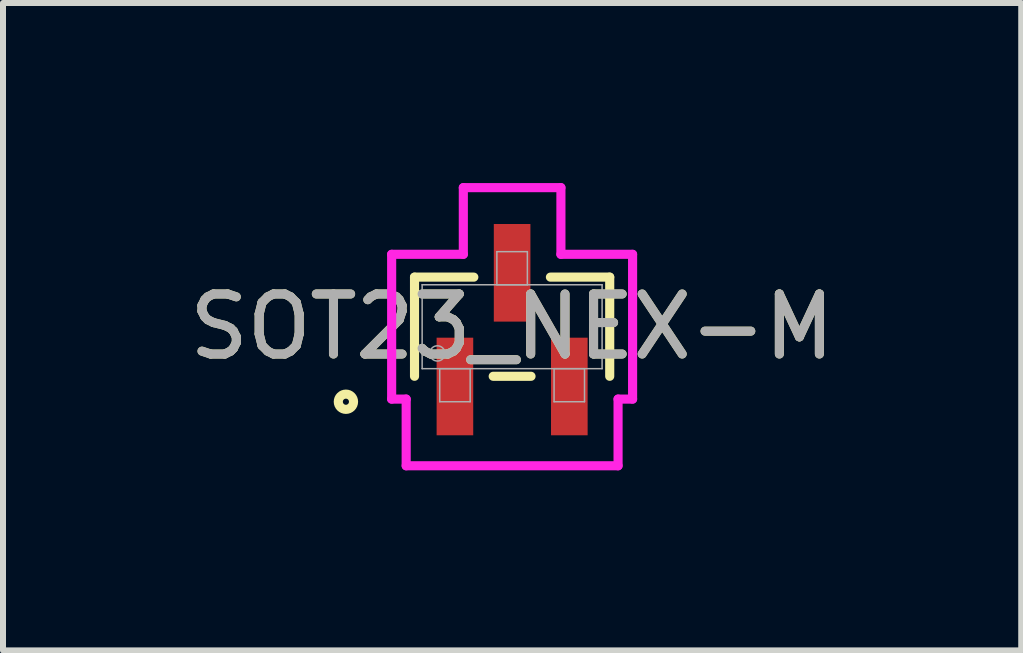
<source format=kicad_pcb>
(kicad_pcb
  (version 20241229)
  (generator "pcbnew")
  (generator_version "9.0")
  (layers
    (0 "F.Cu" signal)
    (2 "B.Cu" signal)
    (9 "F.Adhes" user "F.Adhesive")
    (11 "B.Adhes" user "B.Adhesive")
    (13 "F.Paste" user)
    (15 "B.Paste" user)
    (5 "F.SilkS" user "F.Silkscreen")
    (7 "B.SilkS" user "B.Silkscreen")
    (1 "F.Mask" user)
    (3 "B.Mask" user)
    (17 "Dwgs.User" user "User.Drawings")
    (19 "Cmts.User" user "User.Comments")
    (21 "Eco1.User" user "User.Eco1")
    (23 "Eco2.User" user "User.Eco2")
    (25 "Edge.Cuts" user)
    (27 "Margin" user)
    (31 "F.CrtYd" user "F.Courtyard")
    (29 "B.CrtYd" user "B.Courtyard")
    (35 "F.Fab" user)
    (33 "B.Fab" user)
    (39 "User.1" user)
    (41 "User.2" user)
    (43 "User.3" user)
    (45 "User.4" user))
  (footprint "SOT23_NEX-M"
    (layer "F.Cu")
    (at 5.482 2.393)
    (property "Reference" "SOT23_NEX-M" (at 0 0 0) (unlocked yes) (layer "F.SilkS") (effects (font (size 1 1) (thickness 0.15))))
    (attr smd)
    (fp_line (start -1.626 -0.826) (end -1.626 0.826) (stroke (width 0.152) (type solid)) (layer "F.SilkS"))
    (fp_line (start -0.638 -0.826) (end -1.626 -0.826) (stroke (width 0.152) (type solid)) (layer "F.SilkS"))
    (fp_line (start -0.315 0.826) (end 0.315 0.826) (stroke (width 0.152) (type solid)) (layer "F.SilkS"))
    (fp_line (start 1.626 -0.826) (end 0.638 -0.826) (stroke (width 0.152) (type solid)) (layer "F.SilkS"))
    (fp_line (start 1.626 0.826) (end 1.626 -0.826) (stroke (width 0.152) (type solid)) (layer "F.SilkS"))
    (fp_circle (center -2.769 1.25) (end -2.642 1.25) (stroke (width 0.152) (type solid)) (fill no) (layer "F.SilkS"))
    (fp_line (start -2.007 -1.206) (end -0.813 -1.206) (stroke (width 0.152) (type solid)) (layer "F.CrtYd"))
    (fp_line (start -2.007 1.206) (end -2.007 -1.206) (stroke (width 0.152) (type solid)) (layer "F.CrtYd"))
    (fp_line (start -2.007 1.206) (end -1.765 1.206) (stroke (width 0.152) (type solid)) (layer "F.CrtYd"))
    (fp_line (start -1.765 1.206) (end -1.765 2.317) (stroke (width 0.152) (type solid)) (layer "F.CrtYd"))
    (fp_line (start -1.765 2.317) (end 1.765 2.317) (stroke (width 0.152) (type solid)) (layer "F.CrtYd"))
    (fp_line (start -0.813 -2.317) (end 0.813 -2.317) (stroke (width 0.152) (type solid)) (layer "F.CrtYd"))
    (fp_line (start -0.813 -1.206) (end -0.813 -2.317) (stroke (width 0.152) (type solid)) (layer "F.CrtYd"))
    (fp_line (start 0.813 -1.206) (end 0.813 -2.317) (stroke (width 0.152) (type solid)) (layer "F.CrtYd"))
    (fp_line (start 1.765 1.206) (end 1.765 2.317) (stroke (width 0.152) (type solid)) (layer "F.CrtYd"))
    (fp_line (start 2.007 -1.206) (end 0.813 -1.206) (stroke (width 0.152) (type solid)) (layer "F.CrtYd"))
    (fp_line (start 2.007 -1.206) (end 2.007 1.206) (stroke (width 0.152) (type solid)) (layer "F.CrtYd"))
    (fp_line (start 2.007 1.206) (end 1.765 1.206) (stroke (width 0.152) (type solid)) (layer "F.CrtYd"))
    (fp_line (start -1.499 -0.699) (end -1.499 0.699) (stroke (width 0.025) (type solid)) (layer "F.Fab"))
    (fp_line (start -1.499 0.699) (end 1.499 0.699) (stroke (width 0.025) (type solid)) (layer "F.Fab"))
    (fp_line (start -1.206 0.699) (end -1.206 1.25) (stroke (width 0.025) (type solid)) (layer "F.Fab"))
    (fp_line (start -1.206 1.25) (end -0.699 1.25) (stroke (width 0.025) (type solid)) (layer "F.Fab"))
    (fp_line (start -0.699 0.699) (end -1.206 0.699) (stroke (width 0.025) (type solid)) (layer "F.Fab"))
    (fp_line (start -0.699 1.25) (end -0.699 0.699) (stroke (width 0.025) (type solid)) (layer "F.Fab"))
    (fp_line (start -0.254 -1.25) (end -0.254 -0.699) (stroke (width 0.025) (type solid)) (layer "F.Fab"))
    (fp_line (start -0.254 -0.699) (end 0.254 -0.699) (stroke (width 0.025) (type solid)) (layer "F.Fab"))
    (fp_line (start 0.254 -1.25) (end -0.254 -1.25) (stroke (width 0.025) (type solid)) (layer "F.Fab"))
    (fp_line (start 0.254 -0.699) (end 0.254 -1.25) (stroke (width 0.025) (type solid)) (layer "F.Fab"))
    (fp_line (start 0.699 0.699) (end 0.699 1.25) (stroke (width 0.025) (type solid)) (layer "F.Fab"))
    (fp_line (start 0.699 1.25) (end 1.206 1.25) (stroke (width 0.025) (type solid)) (layer "F.Fab"))
    (fp_line (start 1.206 0.699) (end 0.699 0.699) (stroke (width 0.025) (type solid)) (layer "F.Fab"))
    (fp_line (start 1.206 1.25) (end 1.206 0.699) (stroke (width 0.025) (type solid)) (layer "F.Fab"))
    (fp_line (start 1.499 -0.699) (end -1.499 -0.699) (stroke (width 0.025) (type solid)) (layer "F.Fab"))
    (fp_line (start 1.499 0.699) (end 1.499 -0.699) (stroke (width 0.025) (type solid)) (layer "F.Fab"))
    (fp_circle (center -1.245 0.445) (end -1.118 0.445) (stroke (width 0.025) (type solid)) (fill no) (layer "F.Fab"))
    (fp_text user "${REFERENCE}" (at 0 0 0) (unlocked yes) (layer "F.Fab") (effects (font (size 1 1) (thickness 0.15))))
    (pad "1" smd rect (at -0.953 0.996) (size 0.61 1.626) (layers "F.Cu" "F.Mask" "F.Paste"))
    (pad "2" smd rect (at 0.953 0.996) (size 0.61 1.626) (layers "F.Cu" "F.Mask" "F.Paste"))
    (pad "3" smd rect (at 0 -0.898) (size 0.61 1.626) (layers "F.Cu" "F.Mask" "F.Paste")))
  (gr_rect
    (start -3 -3)
    (end 13.964 7.786)
    (stroke (width 0.1) (type default))
    (fill no)
    (layer "Edge.Cuts")))
</source>
